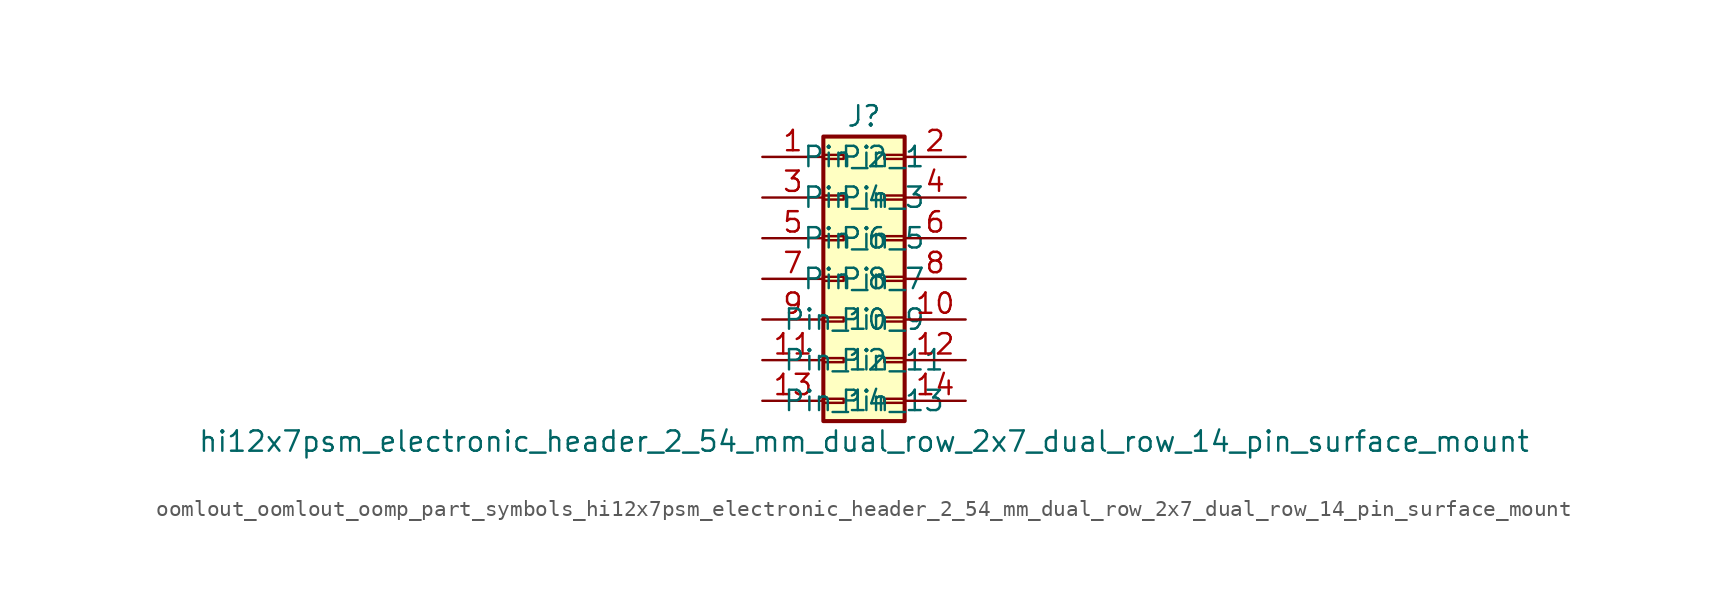
<source format=kicad_sym>
(kicad_symbol_lib
  (version 20220914)
  (generator kicad_symbol_editor)
  (symbol "oomlout_oomlout_oomp_part_symbols_hi12x7psm_electronic_header_2_54_mm_dual_row_2x7_dual_row_14_pin_surface_mount"
    (pin_names
      (offset 1.016))
    (property "Reference" "J"
      (at 1.27 10.16 0)
      (effects (font (size 1.27 1.27))))
    (property "Value" "hi12x7psm_electronic_header_2_54_mm_dual_row_2x7_dual_row_14_pin_surface_mount"
      (at 1.27 -10.16 0)
      (effects (font (size 1.27 1.27))))
    (symbol "oomlout_oomlout_oomp_part_symbols_hi12x7psm_electronic_header_2_54_mm_dual_row_2x7_dual_row_14_pin_surface_mount_1_1"
      (rectangle (start -1.27 -7.493) (end 0 -7.747) (stroke (width 0.152) (type default)) (fill (type none)))
      (rectangle (start -1.27 -4.953) (end 0 -5.207) (stroke (width 0.152) (type default)) (fill (type none)))
      (rectangle (start -1.27 -2.413) (end 0 -2.667) (stroke (width 0.152) (type default)) (fill (type none)))
      (rectangle (start -1.27 0.127) (end 0 -0.127) (stroke (width 0.152) (type default)) (fill (type none)))
      (rectangle (start -1.27 2.667) (end 0 2.413) (stroke (width 0.152) (type default)) (fill (type none)))
      (rectangle (start -1.27 5.207) (end 0 4.953) (stroke (width 0.152) (type default)) (fill (type none)))
      (rectangle (start -1.27 7.747) (end 0 7.493) (stroke (width 0.152) (type default)) (fill (type none)))
      (rectangle (start -1.27 8.89) (end 3.81 -8.89) (stroke (width 0.254) (type default)) (fill (type background)))
      (rectangle (start 3.81 -7.493) (end 2.54 -7.747) (stroke (width 0.152) (type default)) (fill (type none)))
      (rectangle (start 3.81 -4.953) (end 2.54 -5.207) (stroke (width 0.152) (type default)) (fill (type none)))
      (rectangle (start 3.81 -2.413) (end 2.54 -2.667) (stroke (width 0.152) (type default)) (fill (type none)))
      (rectangle (start 3.81 0.127) (end 2.54 -0.127) (stroke (width 0.152) (type default)) (fill (type none)))
      (rectangle (start 3.81 2.667) (end 2.54 2.413) (stroke (width 0.152) (type default)) (fill (type none)))
      (rectangle (start 3.81 5.207) (end 2.54 4.953) (stroke (width 0.152) (type default)) (fill (type none)))
      (rectangle (start 3.81 7.747) (end 2.54 7.493) (stroke (width 0.152) (type default)) (fill (type none)))
      (pin passive line (at -5.08 7.62 0) (length 3.81) (name "Pin_1" (effects (font (size 1.27 1.27)))) (number "1" (effects (font (size 1.27 1.27)))))
      (pin passive line (at 7.62 -2.54 180) (length 3.81) (name "Pin_10" (effects (font (size 1.27 1.27)))) (number "10" (effects (font (size 1.27 1.27)))))
      (pin passive line (at -5.08 -5.08 0) (length 3.81) (name "Pin_11" (effects (font (size 1.27 1.27)))) (number "11" (effects (font (size 1.27 1.27)))))
      (pin passive line (at 7.62 -5.08 180) (length 3.81) (name "Pin_12" (effects (font (size 1.27 1.27)))) (number "12" (effects (font (size 1.27 1.27)))))
      (pin passive line (at -5.08 -7.62 0) (length 3.81) (name "Pin_13" (effects (font (size 1.27 1.27)))) (number "13" (effects (font (size 1.27 1.27)))))
      (pin passive line (at 7.62 -7.62 180) (length 3.81) (name "Pin_14" (effects (font (size 1.27 1.27)))) (number "14" (effects (font (size 1.27 1.27)))))
      (pin passive line (at 7.62 7.62 180) (length 3.81) (name "Pin_2" (effects (font (size 1.27 1.27)))) (number "2" (effects (font (size 1.27 1.27)))))
      (pin passive line (at -5.08 5.08 0) (length 3.81) (name "Pin_3" (effects (font (size 1.27 1.27)))) (number "3" (effects (font (size 1.27 1.27)))))
      (pin passive line (at 7.62 5.08 180) (length 3.81) (name "Pin_4" (effects (font (size 1.27 1.27)))) (number "4" (effects (font (size 1.27 1.27)))))
      (pin passive line (at -5.08 2.54 0) (length 3.81) (name "Pin_5" (effects (font (size 1.27 1.27)))) (number "5" (effects (font (size 1.27 1.27)))))
      (pin passive line (at 7.62 2.54 180) (length 3.81) (name "Pin_6" (effects (font (size 1.27 1.27)))) (number "6" (effects (font (size 1.27 1.27)))))
      (pin passive line (at -5.08 0 0) (length 3.81) (name "Pin_7" (effects (font (size 1.27 1.27)))) (number "7" (effects (font (size 1.27 1.27)))))
      (pin passive line (at 7.62 0 180) (length 3.81) (name "Pin_8" (effects (font (size 1.27 1.27)))) (number "8" (effects (font (size 1.27 1.27)))))
      (pin passive line (at -5.08 -2.54 0) (length 3.81) (name "Pin_9" (effects (font (size 1.27 1.27)))) (number "9" (effects (font (size 1.27 1.27))))))))
</source>
